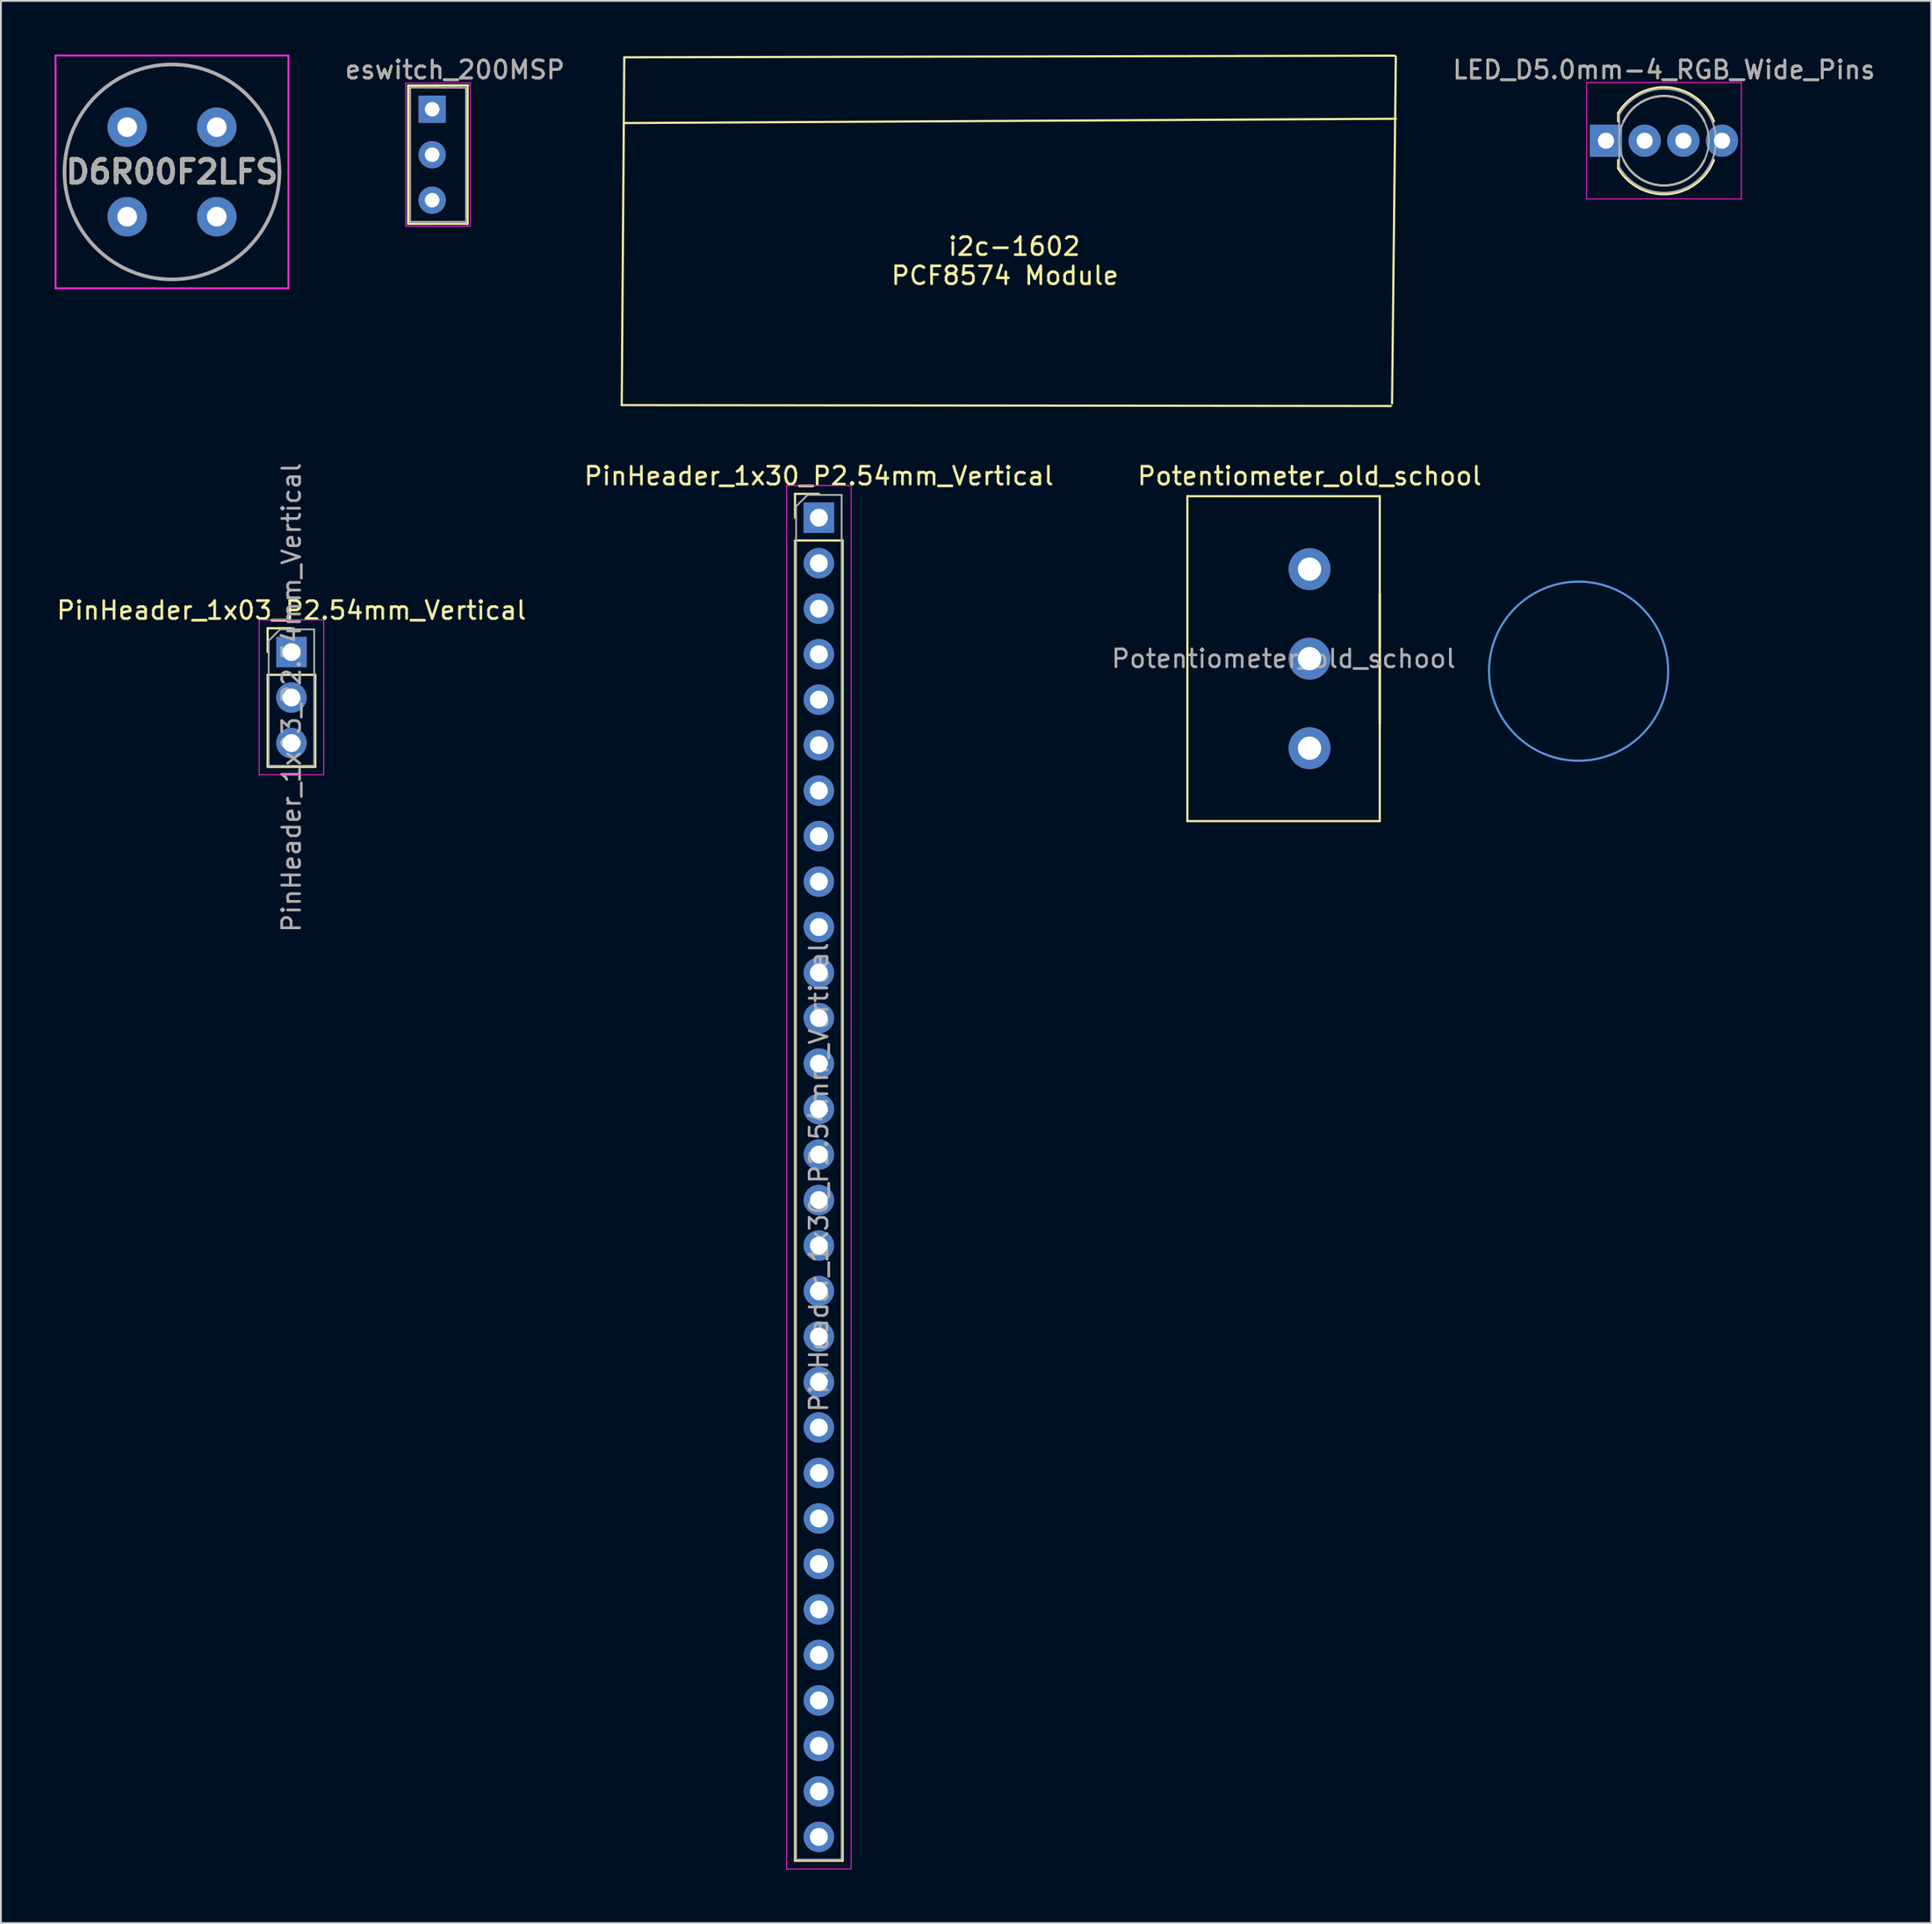
<source format=kicad_pcb>
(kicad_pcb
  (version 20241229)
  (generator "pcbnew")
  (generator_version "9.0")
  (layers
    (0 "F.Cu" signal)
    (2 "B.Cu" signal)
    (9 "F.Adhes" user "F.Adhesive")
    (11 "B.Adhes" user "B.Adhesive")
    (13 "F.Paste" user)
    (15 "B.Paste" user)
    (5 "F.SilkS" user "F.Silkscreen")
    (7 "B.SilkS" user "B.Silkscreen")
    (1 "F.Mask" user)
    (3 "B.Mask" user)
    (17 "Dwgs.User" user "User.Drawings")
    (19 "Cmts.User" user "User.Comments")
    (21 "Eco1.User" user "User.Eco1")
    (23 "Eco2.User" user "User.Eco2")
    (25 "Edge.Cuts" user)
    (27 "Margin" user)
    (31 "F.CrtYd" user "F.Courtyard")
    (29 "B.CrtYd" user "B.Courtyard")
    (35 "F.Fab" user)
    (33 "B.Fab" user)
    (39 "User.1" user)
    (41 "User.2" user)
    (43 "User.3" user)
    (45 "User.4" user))
  (footprint "Potentiometer_old_school"
    (layer "F.Cu")
    (at 70.051 38.728)
    (property "Reference" "Potentiometer_old_school" (at 0 -15.2 0) (layer "F.SilkS") (effects (font (size 1 1) (thickness 0.15))))
    (attr through_hole)
    (fp_line (start -6.82 -14.07) (end -6.82 4.07) (stroke (width 0.12) (type solid)) (layer "F.SilkS"))
    (fp_line (start -6.82 -14.07) (end 3.92 -14.07) (stroke (width 0.12) (type solid)) (layer "F.SilkS"))
    (fp_line (start -6.82 4.07) (end 3.92 4.07) (stroke (width 0.12) (type solid)) (layer "F.SilkS"))
    (fp_line (start 3.92 -14.07) (end 3.92 4.07) (stroke (width 0.12) (type solid)) (layer "F.SilkS"))
    (fp_line (start 3.92 -8.62) (end 3.92 -1.38) (stroke (width 0.12) (type solid)) (layer "F.SilkS"))
    (fp_circle (center 15.02 -4.3) (end 20.02 -4.3) (stroke (width 0.12) (type solid)) (fill no) (layer "Cmts.User"))
    (fp_text user "${REFERENCE}" (at -1.45 -5 0) (layer "F.Fab") (effects (font (size 1 1) (thickness 0.15))))
    (pad "1" thru_hole circle (at 0 0) (size 2.34 2.34) (drill 1.3) (layers "*.Cu" "*.Mask"))
    (pad "2" thru_hole circle (at 0 -5) (size 2.34 2.34) (drill 1.3) (layers "*.Cu" "*.Mask"))
    (pad "3" thru_hole circle (at 0 -10) (size 2.34 2.34) (drill 1.3) (layers "*.Cu" "*.Mask")))
  (footprint "PinHeader_1x30_P2.54mm_Vertical"
    (layer "F.Cu")
    (at 42.661 25.858)
    (property "Reference" "PinHeader_1x30_P2.54mm_Vertical" (at 0 -2.33 0) (layer "F.SilkS") (effects (font (size 1 1) (thickness 0.15))))
    (attr through_hole)
    (fp_line (start -1.33 -1.33) (end 0 -1.33) (stroke (width 0.12) (type solid)) (layer "F.SilkS"))
    (fp_line (start -1.33 0) (end -1.33 -1.33) (stroke (width 0.12) (type solid)) (layer "F.SilkS"))
    (fp_line (start -1.33 1.27) (end -1.33 74.99) (stroke (width 0.12) (type solid)) (layer "F.SilkS"))
    (fp_line (start -1.33 1.27) (end 1.33 1.27) (stroke (width 0.12) (type solid)) (layer "F.SilkS"))
    (fp_line (start -1.33 74.99) (end 1.33 74.99) (stroke (width 0.12) (type solid)) (layer "F.SilkS"))
    (fp_line (start 1.33 1.27) (end 1.33 74.99) (stroke (width 0.12) (type solid)) (layer "F.SilkS"))
    (fp_line (start -1.8 -1.8) (end -1.8 75.45) (stroke (width 0.05) (type solid)) (layer "F.CrtYd"))
    (fp_line (start -1.8 75.45) (end 1.8 75.45) (stroke (width 0.05) (type solid)) (layer "F.CrtYd"))
    (fp_line (start 1.8 -1.8) (end -1.8 -1.8) (stroke (width 0.05) (type solid)) (layer "F.CrtYd"))
    (fp_line (start 1.8 75.45) (end 1.8 -1.8) (stroke (width 0.05) (type solid)) (layer "F.CrtYd"))
    (fp_line (start -1.27 -0.635) (end -0.635 -1.27) (stroke (width 0.1) (type solid)) (layer "F.Fab"))
    (fp_line (start -1.27 74.93) (end -1.27 -0.635) (stroke (width 0.1) (type solid)) (layer "F.Fab"))
    (fp_line (start -0.635 -1.27) (end 1.27 -1.27) (stroke (width 0.1) (type solid)) (layer "F.Fab"))
    (fp_line (start 1.27 -1.27) (end 1.27 74.93) (stroke (width 0.1) (type solid)) (layer "F.Fab"))
    (fp_line (start 1.27 74.93) (end -1.27 74.93) (stroke (width 0.1) (type solid)) (layer "F.Fab"))
    (fp_text user "${REFERENCE}" (at 0 36.83 90) (layer "F.Fab") (effects (font (size 1 1) (thickness 0.15))))
    (pad "1" thru_hole rect (at 0 0) (size 1.7 1.7) (drill 1) (layers "*.Cu" "*.Mask"))
    (pad "2" thru_hole oval (at 0 2.54) (size 1.7 1.7) (drill 1) (layers "*.Cu" "*.Mask"))
    (pad "3" thru_hole oval (at 0 5.08) (size 1.7 1.7) (drill 1) (layers "*.Cu" "*.Mask"))
    (pad "4" thru_hole oval (at 0 7.62) (size 1.7 1.7) (drill 1) (layers "*.Cu" "*.Mask"))
    (pad "5" thru_hole oval (at 0 10.16) (size 1.7 1.7) (drill 1) (layers "*.Cu" "*.Mask"))
    (pad "6" thru_hole oval (at 0 12.7) (size 1.7 1.7) (drill 1) (layers "*.Cu" "*.Mask"))
    (pad "7" thru_hole oval (at 0 15.24) (size 1.7 1.7) (drill 1) (layers "*.Cu" "*.Mask"))
    (pad "8" thru_hole oval (at 0 17.78) (size 1.7 1.7) (drill 1) (layers "*.Cu" "*.Mask"))
    (pad "9" thru_hole oval (at 0 20.32) (size 1.7 1.7) (drill 1) (layers "*.Cu" "*.Mask"))
    (pad "10" thru_hole oval (at 0 22.86) (size 1.7 1.7) (drill 1) (layers "*.Cu" "*.Mask"))
    (pad "11" thru_hole oval (at 0 25.4) (size 1.7 1.7) (drill 1) (layers "*.Cu" "*.Mask"))
    (pad "12" thru_hole oval (at 0 27.94) (size 1.7 1.7) (drill 1) (layers "*.Cu" "*.Mask"))
    (pad "13" thru_hole oval (at 0 30.48) (size 1.7 1.7) (drill 1) (layers "*.Cu" "*.Mask"))
    (pad "14" thru_hole oval (at 0 33.02) (size 1.7 1.7) (drill 1) (layers "*.Cu" "*.Mask"))
    (pad "15" thru_hole oval (at 0 35.56) (size 1.7 1.7) (drill 1) (layers "*.Cu" "*.Mask"))
    (pad "16" thru_hole oval (at 0 38.1) (size 1.7 1.7) (drill 1) (layers "*.Cu" "*.Mask"))
    (pad "17" thru_hole oval (at 0 40.64) (size 1.7 1.7) (drill 1) (layers "*.Cu" "*.Mask"))
    (pad "18" thru_hole oval (at 0 43.18) (size 1.7 1.7) (drill 1) (layers "*.Cu" "*.Mask"))
    (pad "19" thru_hole oval (at 0 45.72) (size 1.7 1.7) (drill 1) (layers "*.Cu" "*.Mask"))
    (pad "20" thru_hole oval (at 0 48.26) (size 1.7 1.7) (drill 1) (layers "*.Cu" "*.Mask"))
    (pad "21" thru_hole oval (at 0 50.8) (size 1.7 1.7) (drill 1) (layers "*.Cu" "*.Mask"))
    (pad "22" thru_hole oval (at 0 53.34) (size 1.7 1.7) (drill 1) (layers "*.Cu" "*.Mask"))
    (pad "23" thru_hole oval (at 0 55.88) (size 1.7 1.7) (drill 1) (layers "*.Cu" "*.Mask"))
    (pad "24" thru_hole oval (at 0 58.42) (size 1.7 1.7) (drill 1) (layers "*.Cu" "*.Mask"))
    (pad "25" thru_hole oval (at 0 60.96) (size 1.7 1.7) (drill 1) (layers "*.Cu" "*.Mask"))
    (pad "26" thru_hole oval (at 0 63.5) (size 1.7 1.7) (drill 1) (layers "*.Cu" "*.Mask"))
    (pad "27" thru_hole oval (at 0 66.04) (size 1.7 1.7) (drill 1) (layers "*.Cu" "*.Mask"))
    (pad "28" thru_hole oval (at 0 68.58) (size 1.7 1.7) (drill 1) (layers "*.Cu" "*.Mask"))
    (pad "29" thru_hole oval (at 0 71.12) (size 1.7 1.7) (drill 1) (layers "*.Cu" "*.Mask"))
    (pad "30" thru_hole oval (at 0 73.66) (size 1.7 1.7) (drill 1) (layers "*.Cu" "*.Mask")))
  (footprint "eswitch_200MSP"
    (layer "F.Cu")
    (at 21.074 3.048)
    (property "Reference" "eswitch_200MSP" (at 1.27 -2.2 180) (layer "F.SilkS") (effects (font (size 1 1) (thickness 0.15))))
    (attr through_hole)
    (fp_line (start -1.341 -1.321) (end 2.01 -1.33) (stroke (width 0.12) (type solid)) (layer "F.SilkS"))
    (fp_line (start -1.341 6.401) (end -1.341 -1.321) (stroke (width 0.12) (type solid)) (layer "F.SilkS"))
    (fp_line (start -1.341 6.401) (end 1.96 6.4) (stroke (width 0.12) (type solid)) (layer "F.SilkS"))
    (fp_line (start 1.98 -1.31) (end 1.98 6.412) (stroke (width 0.12) (type solid)) (layer "F.SilkS"))
    (fp_line (start -1.48 6.54) (end -1.48 -1.46) (stroke (width 0.05) (type solid)) (layer "F.CrtYd"))
    (fp_line (start -1.48 6.54) (end 2.12 6.54) (stroke (width 0.05) (type solid)) (layer "F.CrtYd"))
    (fp_line (start 2.13 -1.47) (end -1.48 -1.46) (stroke (width 0.05) (type solid)) (layer "F.CrtYd"))
    (fp_line (start 2.13 -1.46) (end 2.13 6.54) (stroke (width 0.05) (type solid)) (layer "F.CrtYd"))
    (fp_line (start -1.23 -1.21) (end 1.91 -1.2) (stroke (width 0.1) (type solid)) (layer "F.Fab"))
    (fp_line (start -1.23 6.29) (end -1.23 -1.21) (stroke (width 0.1) (type solid)) (layer "F.Fab"))
    (fp_line (start -1.23 6.29) (end 1.89 6.29) (stroke (width 0.1) (type solid)) (layer "F.Fab"))
    (fp_line (start 1.89 6.35) (end 1.89 -1.15) (stroke (width 0.1) (type solid)) (layer "F.Fab"))
    (fp_text user "${REFERENCE}" (at 1.27 -2.2 180) (layer "F.Fab") (effects (font (size 1 1) (thickness 0.15))))
    (pad "1" thru_hole rect (at 0 0) (size 1.524 1.524) (drill 0.813) (layers "*.Cu" "*.Mask"))
    (pad "2" thru_hole circle (at 0 2.54) (size 1.524 1.524) (drill 0.813) (layers "*.Cu" "*.Mask"))
    (pad "3" thru_hole circle (at 0 5.08) (size 1.524 1.524) (drill 0.813) (layers "*.Cu" "*.Mask")))
  (footprint "i2c-1602"
    (layer "F.Cu")
    (at 53.568 10.21)
    (property "Reference" "i2c-1602" (at 0 0.5 180) (layer "F.SilkS") (effects (font (size 1 1) (thickness 0.15))))
    (attr through_hole)
    (fp_line (start -21.92 9.36) (end 21.03 9.41) (stroke (width 0.12) (type solid)) (layer "F.SilkS"))
    (fp_line (start -21.77 -10.06) (end -21.91 9.32) (stroke (width 0.12) (type solid)) (layer "F.SilkS"))
    (fp_line (start -21.71 -6.39) (end 21.3 -6.63) (stroke (width 0.12) (type solid)) (layer "F.SilkS"))
    (fp_line (start 21.09 9.27) (end 21.3 -10.1) (stroke (width 0.12) (type solid)) (layer "F.SilkS"))
    (fp_line (start 21.24 -10.15) (end -21.74 -10.06) (stroke (width 0.12) (type solid)) (layer "F.SilkS"))
    (fp_text user "PCF8574 Module" (at -0.52 2.13 180) (layer "F.SilkS") (effects (font (size 1 1) (thickness 0.15)))))
  (footprint "D6R00F2LFS"
    (layer "F.Cu")
    (at 4.05 4.05)
    (property "Reference" "D6R00F2LFS" (at 2.5 2.5 0) (layer "F.SilkS") (effects (font (size 1.27 1.27) (thickness 0.254))))
    (attr through_hole)
    (fp_line (start -3.5 2.5) (end -3.5 2.5) (stroke (width 0.1) (type solid)) (layer "F.SilkS"))
    (fp_line (start 8.5 2.5) (end 8.5 2.5) (stroke (width 0.1) (type solid)) (layer "F.SilkS"))
    (fp_arc (start -3.5 2.5) (mid 2.5 -3.5) (end 8.5 2.5) (stroke (width 0.1) (type solid)) (layer "F.SilkS"))
    (fp_arc (start 8.5 2.5) (mid 2.5 8.5) (end -3.5 2.5) (stroke (width 0.1) (type solid)) (layer "F.SilkS"))
    (fp_line (start -4 -4) (end 9 -4) (stroke (width 0.1) (type solid)) (layer "F.CrtYd"))
    (fp_line (start -4 9) (end -4 -4) (stroke (width 0.1) (type solid)) (layer "F.CrtYd"))
    (fp_line (start 9 -4) (end 9 9) (stroke (width 0.1) (type solid)) (layer "F.CrtYd"))
    (fp_line (start 9 9) (end -4 9) (stroke (width 0.1) (type solid)) (layer "F.CrtYd"))
    (fp_line (start -3.5 2.5) (end -3.5 2.5) (stroke (width 0.2) (type solid)) (layer "F.Fab"))
    (fp_line (start 8.5 2.5) (end 8.5 2.5) (stroke (width 0.2) (type solid)) (layer "F.Fab"))
    (fp_arc (start -3.5 2.5) (mid 2.5 -3.5) (end 8.5 2.5) (stroke (width 0.2) (type solid)) (layer "F.Fab"))
    (fp_arc (start 8.5 2.5) (mid 2.5 8.5) (end -3.5 2.5) (stroke (width 0.2) (type solid)) (layer "F.Fab"))
    (fp_text user "${REFERENCE}" (at 2.5 2.5 0) (layer "F.Fab") (effects (font (size 1.27 1.27) (thickness 0.254))))
    (pad "1" thru_hole circle (at 0 0) (size 2.2 2.2) (drill 1.1) (layers "*.Cu" "*.Mask"))
    (pad "2" thru_hole circle (at 5 0) (size 2.2 2.2) (drill 1.1) (layers "*.Cu" "*.Mask"))
    (pad "3" thru_hole circle (at 0 5) (size 2.2 2.2) (drill 1.1) (layers "*.Cu" "*.Mask"))
    (pad "4" thru_hole circle (at 5 5) (size 2.2 2.2) (drill 1.1) (layers "*.Cu" "*.Mask")))
  (footprint "LED_D5.0mm-4_RGB_Wide_Pins"
    (layer "F.Cu")
    (at 86.6 4.808)
    (property "Reference" "LED_D5.0mm-4_RGB_Wide_Pins" (at 3.239 -3.96 0) (layer "F.SilkS") (effects (font (size 1 1) (thickness 0.15))))
    (attr through_hole)
    (fp_line (start 0.678 -1.545) (end 0.678 -1.08) (stroke (width 0.12) (type solid)) (layer "F.SilkS"))
    (fp_line (start 0.678 1.08) (end 0.678 1.545) (stroke (width 0.12) (type solid)) (layer "F.SilkS"))
    (fp_arc (start 0.6785 -1.54483) (mid 3.496956 -2.978809) (end 6.026315 -1.080827) (stroke (width 0.12) (type solid)) (layer "F.SilkS"))
    (fp_arc (start 0.983816 -1.08) (mid 3.238262 -2.5) (end 5.492979 -1.080429) (stroke (width 0.12) (type solid)) (layer "F.SilkS"))
    (fp_arc (start 5.492979 1.080429) (mid 3.238262 2.5) (end 0.983816 1.08) (stroke (width 0.12) (type solid)) (layer "F.SilkS"))
    (fp_arc (start 6.026315 1.080827) (mid 3.496956 2.978808) (end 0.6785 1.54483) (stroke (width 0.12) (type solid)) (layer "F.SilkS"))
    (fp_line (start -1.08 -3.25) (end -1.08 3.25) (stroke (width 0.05) (type solid)) (layer "F.CrtYd"))
    (fp_line (start -1.08 3.25) (end 7.56 3.25) (stroke (width 0.05) (type solid)) (layer "F.CrtYd"))
    (fp_line (start 7.56 -3.25) (end -1.08 -3.25) (stroke (width 0.05) (type solid)) (layer "F.CrtYd"))
    (fp_line (start 7.56 3.25) (end 7.56 -3.25) (stroke (width 0.05) (type solid)) (layer "F.CrtYd"))
    (fp_line (start 0.739 -1.47) (end 0.739 1.47) (stroke (width 0.1) (type solid)) (layer "F.Fab"))
    (fp_arc (start 0.7385 -1.469694) (mid 6.1385 0.000016) (end 0.738484 1.469666) (stroke (width 0.1) (type solid)) (layer "F.Fab"))
    (fp_circle (center 3.239 0) (end 5.739 0) (stroke (width 0.1) (type solid)) (fill no) (layer "F.Fab"))
    (fp_text user "${REFERENCE}" (at 3.239 -3.96 0) (layer "F.Fab") (effects (font (size 1 1) (thickness 0.15))))
    (pad "1" thru_hole rect (at 0 0) (size 1.8 1.8) (drill 0.9) (layers "*.Cu" "*.Mask"))
    (pad "2" thru_hole circle (at 2.159 0) (size 1.8 1.8) (drill 0.9) (layers "*.Cu" "*.Mask"))
    (pad "3" thru_hole circle (at 4.318 0) (size 1.8 1.8) (drill 0.9) (layers "*.Cu" "*.Mask"))
    (pad "4" thru_hole circle (at 6.477 0) (size 1.8 1.8) (drill 0.9) (layers "*.Cu" "*.Mask")))
  (footprint "PinHeader_1x03_P2.54mm_Vertical"
    (layer "F.Cu")
    (at 13.22 33.36)
    (property "Reference" "PinHeader_1x03_P2.54mm_Vertical" (at 0 -2.33 0) (layer "F.SilkS") (effects (font (size 1 1) (thickness 0.15))))
    (attr through_hole)
    (fp_line (start -1.33 -1.33) (end 0 -1.33) (stroke (width 0.12) (type solid)) (layer "F.SilkS"))
    (fp_line (start -1.33 0) (end -1.33 -1.33) (stroke (width 0.12) (type solid)) (layer "F.SilkS"))
    (fp_line (start -1.33 1.27) (end -1.33 6.41) (stroke (width 0.12) (type solid)) (layer "F.SilkS"))
    (fp_line (start -1.33 1.27) (end 1.33 1.27) (stroke (width 0.12) (type solid)) (layer "F.SilkS"))
    (fp_line (start -1.33 6.41) (end 1.33 6.41) (stroke (width 0.12) (type solid)) (layer "F.SilkS"))
    (fp_line (start 1.33 1.27) (end 1.33 6.41) (stroke (width 0.12) (type solid)) (layer "F.SilkS"))
    (fp_line (start -1.8 -1.8) (end -1.8 6.85) (stroke (width 0.05) (type solid)) (layer "F.CrtYd"))
    (fp_line (start -1.8 6.85) (end 1.8 6.85) (stroke (width 0.05) (type solid)) (layer "F.CrtYd"))
    (fp_line (start 1.8 -1.8) (end -1.8 -1.8) (stroke (width 0.05) (type solid)) (layer "F.CrtYd"))
    (fp_line (start 1.8 6.85) (end 1.8 -1.8) (stroke (width 0.05) (type solid)) (layer "F.CrtYd"))
    (fp_line (start -1.27 -0.635) (end -0.635 -1.27) (stroke (width 0.1) (type solid)) (layer "F.Fab"))
    (fp_line (start -1.27 6.35) (end -1.27 -0.635) (stroke (width 0.1) (type solid)) (layer "F.Fab"))
    (fp_line (start -0.635 -1.27) (end 1.27 -1.27) (stroke (width 0.1) (type solid)) (layer "F.Fab"))
    (fp_line (start 1.27 -1.27) (end 1.27 6.35) (stroke (width 0.1) (type solid)) (layer "F.Fab"))
    (fp_line (start 1.27 6.35) (end -1.27 6.35) (stroke (width 0.1) (type solid)) (layer "F.Fab"))
    (fp_text user "${REFERENCE}" (at 0 2.54 90) (layer "F.Fab") (effects (font (size 1 1) (thickness 0.15))))
    (pad "1" thru_hole rect (at 0 0) (size 1.7 1.7) (drill 1) (layers "*.Cu" "*.Mask"))
    (pad "2" thru_hole oval (at 0 2.54) (size 1.7 1.7) (drill 1) (layers "*.Cu" "*.Mask"))
    (pad "3" thru_hole oval (at 0 5.08) (size 1.7 1.7) (drill 1) (layers "*.Cu" "*.Mask")))
  (gr_rect
    (start -3 -3)
    (end 104.75 104.333)
    (stroke (width 0.1) (type default))
    (fill no)
    (layer "Edge.Cuts")))
</source>
